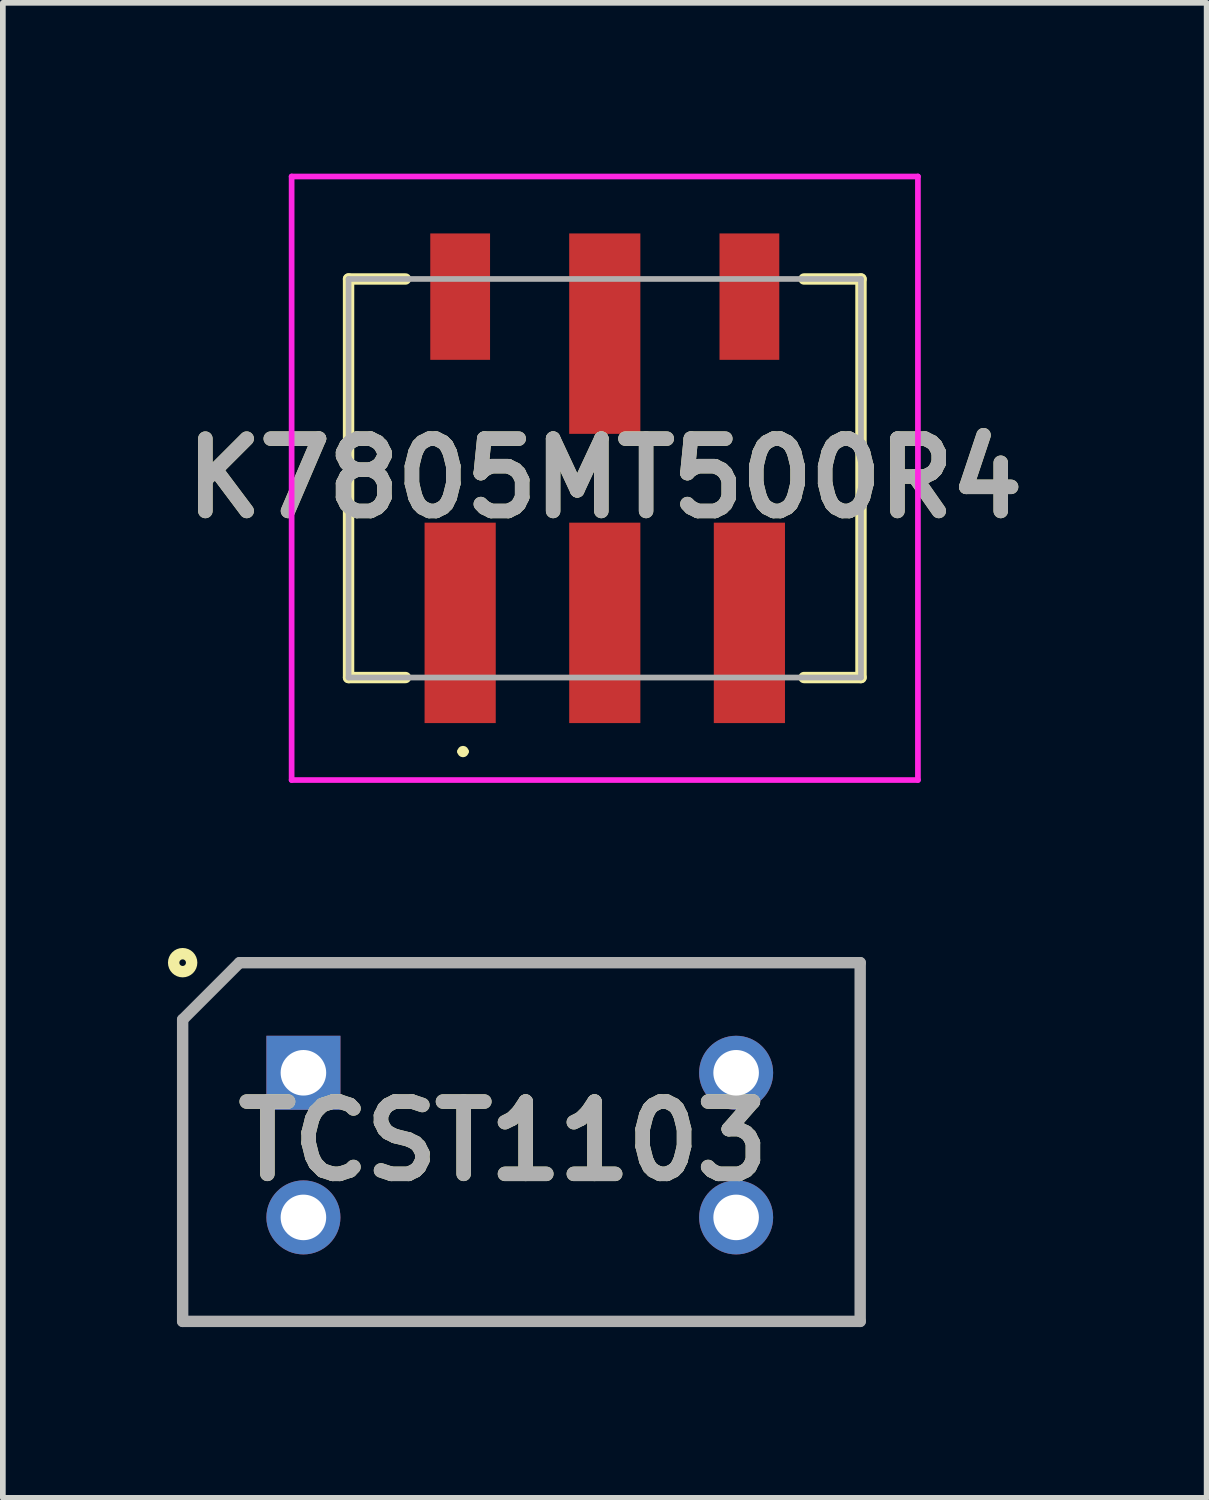
<source format=kicad_pcb>
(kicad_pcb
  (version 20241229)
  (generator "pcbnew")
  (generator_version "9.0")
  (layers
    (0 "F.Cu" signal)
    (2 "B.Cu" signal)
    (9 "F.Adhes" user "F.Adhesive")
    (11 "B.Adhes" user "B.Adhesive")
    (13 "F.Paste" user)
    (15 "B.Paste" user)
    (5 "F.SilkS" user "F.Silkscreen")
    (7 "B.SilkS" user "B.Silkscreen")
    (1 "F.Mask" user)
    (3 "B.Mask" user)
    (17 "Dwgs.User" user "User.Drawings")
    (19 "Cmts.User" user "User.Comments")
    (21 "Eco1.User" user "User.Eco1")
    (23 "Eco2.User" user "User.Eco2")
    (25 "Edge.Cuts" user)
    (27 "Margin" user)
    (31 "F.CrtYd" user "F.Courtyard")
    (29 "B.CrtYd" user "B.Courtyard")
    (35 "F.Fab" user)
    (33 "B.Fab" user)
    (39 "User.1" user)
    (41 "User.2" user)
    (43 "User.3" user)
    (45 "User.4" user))
  (footprint "K7805MT500R4"
    (layer "F.Cu")
    (at 7.572 5.35)
    (property "Reference" "K7805MT500R4" (at 0 0 0) (layer "F.SilkS") (effects (font (size 1.27 1.27) (thickness 0.254))))
    (attr smd)
    (fp_line (start -4.5 -3.5) (end -4.5 3.5) (stroke (width 0.2) (type solid)) (layer "F.SilkS"))
    (fp_line (start -4.5 3.5) (end -3.5 3.5) (stroke (width 0.2) (type solid)) (layer "F.SilkS"))
    (fp_line (start -3.5 -3.5) (end -4.5 -3.5) (stroke (width 0.2) (type solid)) (layer "F.SilkS"))
    (fp_line (start -2.54 4.8) (end -2.54 4.8) (stroke (width 0.1) (type solid)) (layer "F.SilkS"))
    (fp_line (start -2.44 4.8) (end -2.44 4.8) (stroke (width 0.1) (type solid)) (layer "F.SilkS"))
    (fp_line (start 3.5 -3.5) (end 4.5 -3.5) (stroke (width 0.2) (type solid)) (layer "F.SilkS"))
    (fp_line (start 4.5 -3.5) (end 4.5 3.5) (stroke (width 0.2) (type solid)) (layer "F.SilkS"))
    (fp_line (start 4.5 3.5) (end 3.5 3.5) (stroke (width 0.2) (type solid)) (layer "F.SilkS"))
    (fp_arc (start -2.54 4.8) (mid -2.49 4.75) (end -2.44 4.8) (stroke (width 0.1) (type solid)) (layer "F.SilkS"))
    (fp_arc (start -2.44 4.8) (mid -2.49 4.85) (end -2.54 4.8) (stroke (width 0.1) (type solid)) (layer "F.SilkS"))
    (fp_line (start -5.5 -5.3) (end 5.5 -5.3) (stroke (width 0.1) (type solid)) (layer "F.CrtYd"))
    (fp_line (start -5.5 5.3) (end -5.5 -5.3) (stroke (width 0.1) (type solid)) (layer "F.CrtYd"))
    (fp_line (start 5.5 -5.3) (end 5.5 5.3) (stroke (width 0.1) (type solid)) (layer "F.CrtYd"))
    (fp_line (start 5.5 5.3) (end -5.5 5.3) (stroke (width 0.1) (type solid)) (layer "F.CrtYd"))
    (fp_line (start -4.5 -3.5) (end 4.5 -3.5) (stroke (width 0.1) (type solid)) (layer "F.Fab"))
    (fp_line (start -4.5 3.5) (end -4.5 -3.5) (stroke (width 0.1) (type solid)) (layer "F.Fab"))
    (fp_line (start 4.5 -3.5) (end 4.5 3.5) (stroke (width 0.1) (type solid)) (layer "F.Fab"))
    (fp_line (start 4.5 3.5) (end -4.5 3.5) (stroke (width 0.1) (type solid)) (layer "F.Fab"))
    (fp_text user "${REFERENCE}" (at 0 0 0) (layer "F.Fab") (effects (font (size 1.27 1.27) (thickness 0.254))))
    (pad "1" smd rect (at -2.54 2.54) (size 1.25 3.52) (layers "F.Cu" "F.Mask" "F.Paste"))
    (pad "2" smd rect (at 0 2.54) (size 1.25 3.52) (layers "F.Cu" "F.Mask" "F.Paste"))
    (pad "3" smd rect (at 2.54 2.54) (size 1.25 3.52) (layers "F.Cu" "F.Mask" "F.Paste"))
    (pad "4" smd rect (at 2.54 -3.19) (size 1.05 2.22) (layers "F.Cu" "F.Mask" "F.Paste"))
    (pad "5" smd rect (at 0 -2.54) (size 1.25 3.52) (layers "F.Cu" "F.Mask" "F.Paste"))
    (pad "6" smd rect (at -2.54 -3.19) (size 1.05 2.22) (layers "F.Cu" "F.Mask" "F.Paste")))
  (footprint "TCST1103"
    (layer "F.Cu")
    (at 6.108 17.008)
    (property "Reference" "TCST1103" (at -0.319 -0.015 0) (layer "F.SilkS") (effects (font (size 1.27 1.27) (thickness 0.254))))
    (attr through_hole)
    (fp_line (start -5.95 -2.15) (end -4.95 -3.15) (stroke (width 0.1) (type solid)) (layer "F.SilkS"))
    (fp_line (start -5.95 3.15) (end -5.95 -2.15) (stroke (width 0.1) (type solid)) (layer "F.SilkS"))
    (fp_line (start -4.95 -3.15) (end 5.95 -3.15) (stroke (width 0.1) (type solid)) (layer "F.SilkS"))
    (fp_line (start 5.95 -3.15) (end 5.95 3.15) (stroke (width 0.1) (type solid)) (layer "F.SilkS"))
    (fp_line (start 5.95 3.15) (end -5.95 3.15) (stroke (width 0.1) (type solid)) (layer "F.SilkS"))
    (fp_circle (center -5.95 -3.15) (end -5.95 -3.092) (stroke (width 0.2) (type solid)) (fill no) (layer "F.SilkS"))
    (fp_line (start -5.95 -2.15) (end -4.95 -3.15) (stroke (width 0.2) (type solid)) (layer "F.Fab"))
    (fp_line (start -5.95 3.15) (end -5.95 -2.15) (stroke (width 0.2) (type solid)) (layer "F.Fab"))
    (fp_line (start -4.95 -3.15) (end 5.95 -3.15) (stroke (width 0.2) (type solid)) (layer "F.Fab"))
    (fp_line (start 5.95 -3.15) (end 5.95 3.15) (stroke (width 0.2) (type solid)) (layer "F.Fab"))
    (fp_line (start 5.95 3.15) (end -5.95 3.15) (stroke (width 0.2) (type solid)) (layer "F.Fab"))
    (fp_text user "${REFERENCE}" (at -0.319 -0.015 0) (layer "F.Fab") (effects (font (size 1.27 1.27) (thickness 0.254))))
    (pad "1" thru_hole rect (at -3.829 -1.216) (size 1.3 1.3) (drill 0.8) (layers "*.Cu" "*.Mask"))
    (pad "2" thru_hole circle (at -3.829 1.324) (size 1.3 1.3) (drill 0.8) (layers "*.Cu" "*.Mask"))
    (pad "3" thru_hole circle (at 3.771 1.324) (size 1.3 1.3) (drill 0.8) (layers "*.Cu" "*.Mask"))
    (pad "4" thru_hole circle (at 3.771 -1.216) (size 1.3 1.3) (drill 0.8) (layers "*.Cu" "*.Mask")))
  (gr_rect
    (start -3 -3)
    (end 18.143 23.258)
    (stroke (width 0.1) (type default))
    (fill no)
    (layer "Edge.Cuts")))
</source>
